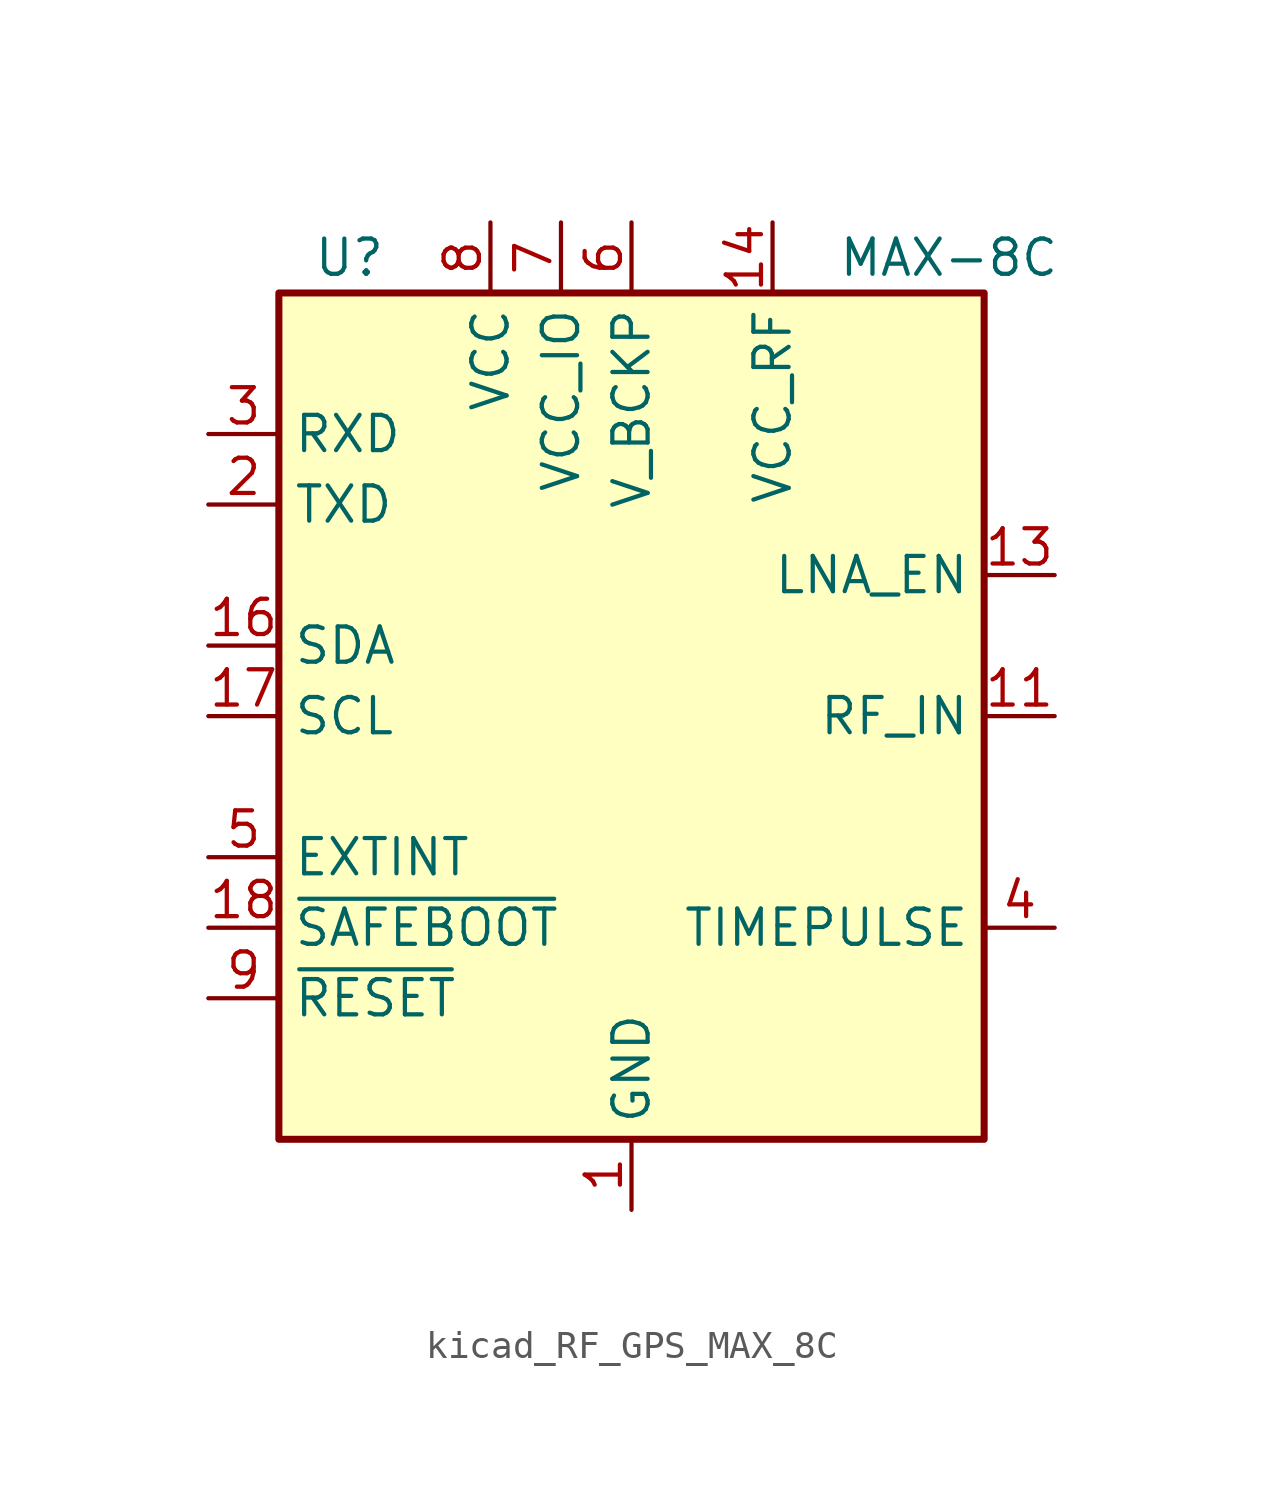
<source format=kicad_sym>
(kicad_symbol_lib
  (version 20220914)
  (generator kicad_symbol_editor)
  (symbol "kicad_RF_GPS_MAX_8C"
    (property "Reference" "U"
      (at -10.16 16.51 0)
      (effects (font (size 1.27 1.27))))
    (property "Value" "MAX-8C"
      (at 11.43 16.51 0)
      (effects (font (size 1.27 1.27))))
    (symbol "kicad_RF_GPS_MAX_8C_0_1"
      (rectangle (start 12.7 15.24) (end -12.7 -15.24) (stroke (width 0.254) (type default)) (fill (type background))))
    (symbol "kicad_RF_GPS_MAX_8C_1_1"
      (pin power_in line (at 0 -17.78 90) (length 2.54) (name "GND" (effects (font (size 1.27 1.27)))) (number "1" (effects (font (size 1.27 1.27)))))
      (pin passive line (at 0 -17.78 90) (length 2.54) hide (name "GND" (effects (font (size 1.27 1.27)))) (number "10" (effects (font (size 1.27 1.27)))))
      (pin input line (at 15.24 0 180) (length 2.54) (name "RF_IN" (effects (font (size 1.27 1.27)))) (number "11" (effects (font (size 1.27 1.27)))))
      (pin passive line (at 0 -17.78 90) (length 2.54) hide (name "GND" (effects (font (size 1.27 1.27)))) (number "12" (effects (font (size 1.27 1.27)))))
      (pin output line (at 15.24 5.08 180) (length 2.54) (name "LNA_EN" (effects (font (size 1.27 1.27)))) (number "13" (effects (font (size 1.27 1.27)))))
      (pin power_out line (at 5.08 17.78 270) (length 2.54) (name "VCC_RF" (effects (font (size 1.27 1.27)))) (number "14" (effects (font (size 1.27 1.27)))))
      (pin no_connect line (at 12.7 -5.08 180) (length 2.54) hide (name "Reserved" (effects (font (size 1.27 1.27)))) (number "15" (effects (font (size 1.27 1.27)))))
      (pin bidirectional line (at -15.24 2.54 0) (length 2.54) (name "SDA" (effects (font (size 1.27 1.27)))) (number "16" (effects (font (size 1.27 1.27)))))
      (pin input line (at -15.24 0 0) (length 2.54) (name "SCL" (effects (font (size 1.27 1.27)))) (number "17" (effects (font (size 1.27 1.27)))))
      (pin input line (at -15.24 -7.62 0) (length 2.54) (name "~{SAFEBOOT}" (effects (font (size 1.27 1.27)))) (number "18" (effects (font (size 1.27 1.27)))))
      (pin output line (at -15.24 7.62 0) (length 2.54) (name "TXD" (effects (font (size 1.27 1.27)))) (number "2" (effects (font (size 1.27 1.27)))))
      (pin input line (at -15.24 10.16 0) (length 2.54) (name "RXD" (effects (font (size 1.27 1.27)))) (number "3" (effects (font (size 1.27 1.27)))))
      (pin output line (at 15.24 -7.62 180) (length 2.54) (name "TIMEPULSE" (effects (font (size 1.27 1.27)))) (number "4" (effects (font (size 1.27 1.27)))))
      (pin input line (at -15.24 -5.08 0) (length 2.54) (name "EXTINT" (effects (font (size 1.27 1.27)))) (number "5" (effects (font (size 1.27 1.27)))))
      (pin power_in line (at 0 17.78 270) (length 2.54) (name "V_BCKP" (effects (font (size 1.27 1.27)))) (number "6" (effects (font (size 1.27 1.27)))))
      (pin power_in line (at -2.54 17.78 270) (length 2.54) (name "VCC_IO" (effects (font (size 1.27 1.27)))) (number "7" (effects (font (size 1.27 1.27)))))
      (pin power_in line (at -5.08 17.78 270) (length 2.54) (name "VCC" (effects (font (size 1.27 1.27)))) (number "8" (effects (font (size 1.27 1.27)))))
      (pin input line (at -15.24 -10.16 0) (length 2.54) (name "~{RESET}" (effects (font (size 1.27 1.27)))) (number "9" (effects (font (size 1.27 1.27))))))))
</source>
